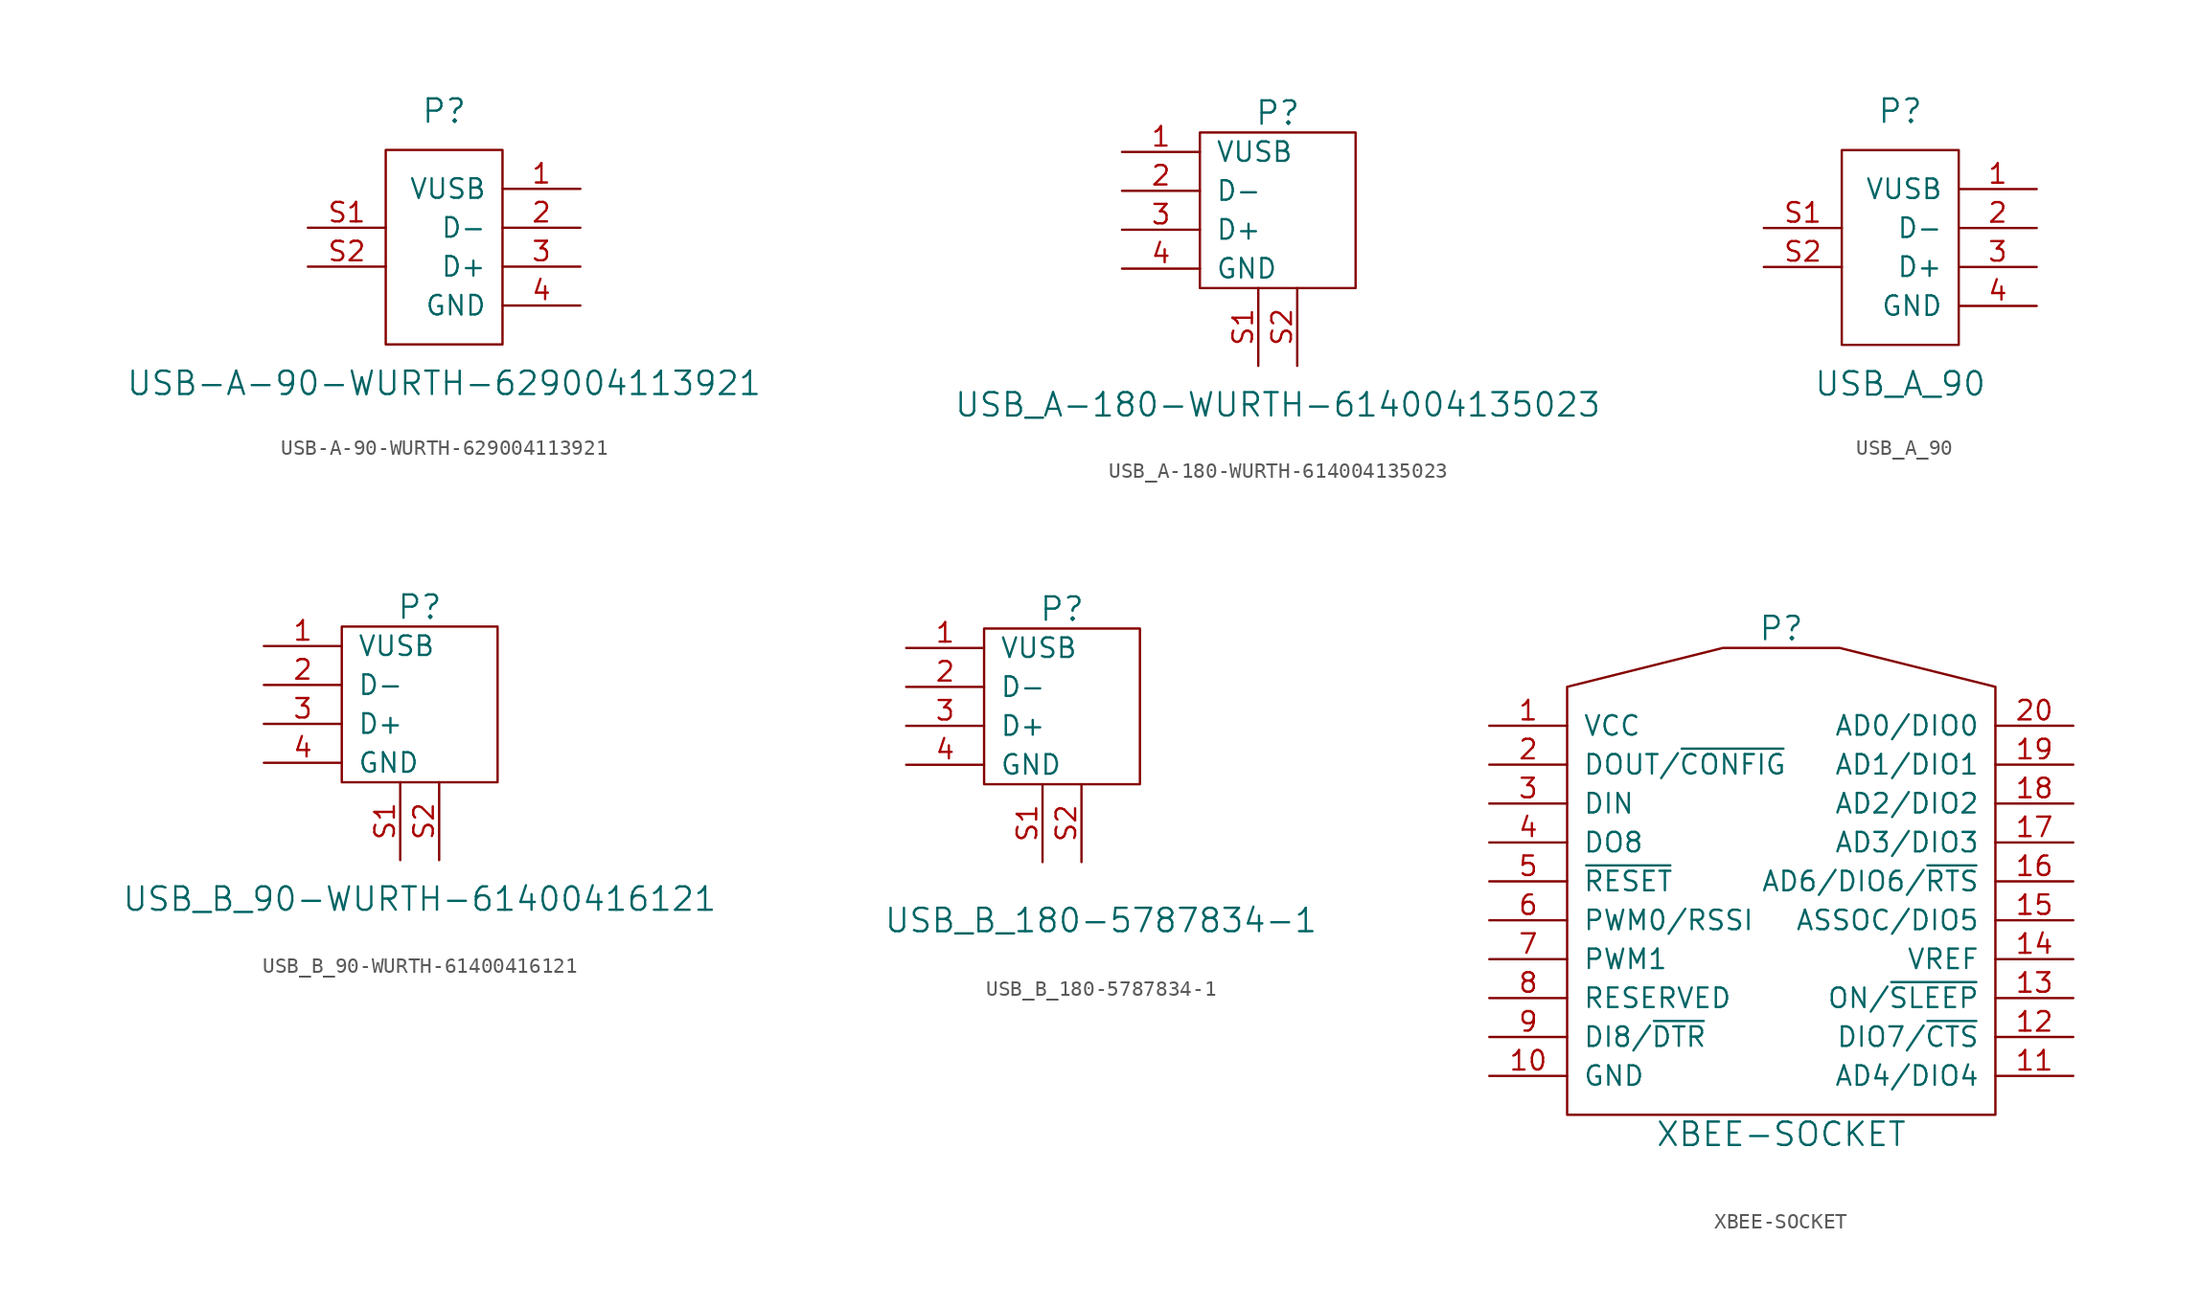
<source format=kicad_sym>
(kicad_symbol_lib
  (version 20201005)
  (generator kicad_symbol_editor)
  (symbol "USB-A-90-WURTH-629004113921"
    (pin_names
      (offset 1.016))
    (property "Reference" "P"
      (at 0 8.89 0)
      (effects (font (size 1.524 1.524))))
    (property "Value" "USB-A-90-WURTH-629004113921"
      (at 0 -8.89 0)
      (effects (font (size 1.524 1.524))))
    (property "Datasheet" ""
      (at 9.525 0 0)
      (effects (font (size 1.524 1.524))))
    (symbol "USB-A-90-WURTH-629004113921_0_1"
      (rectangle (start 3.81 6.35) (end -3.81 -6.35) (stroke (width 0)) (fill (type none))))
    (symbol "USB-A-90-WURTH-629004113921_1_1"
      (pin power_in line (at 8.89 3.81 180) (length 5.08) (name "VUSB" (effects (font (size 1.27 1.27)))) (number "1" (effects (font (size 1.27 1.27)))))
      (pin bidirectional line (at 8.89 1.27 180) (length 5.08) (name "D-" (effects (font (size 1.27 1.27)))) (number "2" (effects (font (size 1.27 1.27)))))
      (pin bidirectional line (at 8.89 -1.27 180) (length 5.08) (name "D+" (effects (font (size 1.27 1.27)))) (number "3" (effects (font (size 1.27 1.27)))))
      (pin power_in line (at 8.89 -3.81 180) (length 5.08) (name "GND" (effects (font (size 1.27 1.27)))) (number "4" (effects (font (size 1.27 1.27)))))
      (pin passive line (at -8.89 1.27 0) (length 5.08) (name "~" (effects (font (size 1.27 1.27)))) (number "S1" (effects (font (size 1.27 1.27)))))
      (pin passive line (at -8.89 -1.27 0) (length 5.08) (name "~" (effects (font (size 1.27 1.27)))) (number "S2" (effects (font (size 1.27 1.27)))))))
  (symbol "USB_A-180-WURTH-614004135023"
    (pin_names
      (offset 1.016))
    (property "Reference" "P"
      (at 0 6.35 0)
      (effects (font (size 1.524 1.524))))
    (property "Value" "USB_A-180-WURTH-614004135023"
      (at 0 -12.7 0)
      (effects (font (size 1.524 1.524))))
    (property "Datasheet" ""
      (at 9.525 0 0)
      (effects (font (size 1.524 1.524))))
    (symbol "USB_A-180-WURTH-614004135023_0_1"
      (rectangle (start -5.08 5.08) (end 5.08 -5.08) (stroke (width 0)) (fill (type none))))
    (symbol "USB_A-180-WURTH-614004135023_1_1"
      (pin power_in line (at -10.16 3.81 0) (length 5.08) (name "VUSB" (effects (font (size 1.27 1.27)))) (number "1" (effects (font (size 1.27 1.27)))))
      (pin bidirectional line (at -10.16 1.27 0) (length 5.08) (name "D-" (effects (font (size 1.27 1.27)))) (number "2" (effects (font (size 1.27 1.27)))))
      (pin bidirectional line (at -10.16 -1.27 0) (length 5.08) (name "D+" (effects (font (size 1.27 1.27)))) (number "3" (effects (font (size 1.27 1.27)))))
      (pin power_in line (at -10.16 -3.81 0) (length 5.08) (name "GND" (effects (font (size 1.27 1.27)))) (number "4" (effects (font (size 1.27 1.27)))))
      (pin passive line (at -1.27 -10.16 90) (length 5.08) (name "~" (effects (font (size 1.27 1.27)))) (number "S1" (effects (font (size 1.27 1.27)))))
      (pin passive line (at 1.27 -10.16 90) (length 5.08) (name "~" (effects (font (size 1.27 1.27)))) (number "S2" (effects (font (size 1.27 1.27)))))))
  (symbol "USB_A_90"
    (pin_names
      (offset 1.016))
    (property "Reference" "P"
      (at 0 8.89 0)
      (effects (font (size 1.524 1.524))))
    (property "Value" "USB_A_90"
      (at 0 -8.89 0)
      (effects (font (size 1.524 1.524))))
    (property "Footprint" ""
      (at 9.525 0 0)
      (effects (font (size 1.524 1.524))))
    (property "Datasheet" ""
      (at 9.525 0 0)
      (effects (font (size 1.524 1.524))))
    (symbol "USB_A_90_0_1"
      (rectangle (start 3.81 6.35) (end -3.81 -6.35) (stroke (width 0)) (fill (type none))))
    (symbol "USB_A_90_1_1"
      (pin power_in line (at 8.89 3.81 180) (length 5.08) (name "VUSB" (effects (font (size 1.27 1.27)))) (number "1" (effects (font (size 1.27 1.27)))))
      (pin bidirectional line (at 8.89 1.27 180) (length 5.08) (name "D-" (effects (font (size 1.27 1.27)))) (number "2" (effects (font (size 1.27 1.27)))))
      (pin bidirectional line (at 8.89 -1.27 180) (length 5.08) (name "D+" (effects (font (size 1.27 1.27)))) (number "3" (effects (font (size 1.27 1.27)))))
      (pin power_in line (at 8.89 -3.81 180) (length 5.08) (name "GND" (effects (font (size 1.27 1.27)))) (number "4" (effects (font (size 1.27 1.27)))))
      (pin passive line (at -8.89 1.27 0) (length 5.08) (name "~" (effects (font (size 1.27 1.27)))) (number "S1" (effects (font (size 1.27 1.27)))))
      (pin passive line (at -8.89 -1.27 0) (length 5.08) (name "~" (effects (font (size 1.27 1.27)))) (number "S2" (effects (font (size 1.27 1.27)))))))
  (symbol "USB_B_90-WURTH-61400416121"
    (pin_names
      (offset 1.016))
    (property "Reference" "P"
      (at 0 6.35 0)
      (effects (font (size 1.524 1.524))))
    (property "Value" "USB_B_90-WURTH-61400416121"
      (at 0 -12.7 0)
      (effects (font (size 1.524 1.524))))
    (property "Footprint" ""
      (at 9.525 0 0)
      (effects (font (size 1.524 1.524))))
    (property "Datasheet" ""
      (at 9.525 0 0)
      (effects (font (size 1.524 1.524))))
    (symbol "USB_B_90-WURTH-61400416121_0_1"
      (rectangle (start -5.08 5.08) (end 5.08 -5.08) (stroke (width 0)) (fill (type none))))
    (symbol "USB_B_90-WURTH-61400416121_1_1"
      (pin power_in line (at -10.16 3.81 0) (length 5.08) (name "VUSB" (effects (font (size 1.27 1.27)))) (number "1" (effects (font (size 1.27 1.27)))))
      (pin bidirectional line (at -10.16 1.27 0) (length 5.08) (name "D-" (effects (font (size 1.27 1.27)))) (number "2" (effects (font (size 1.27 1.27)))))
      (pin bidirectional line (at -10.16 -1.27 0) (length 5.08) (name "D+" (effects (font (size 1.27 1.27)))) (number "3" (effects (font (size 1.27 1.27)))))
      (pin power_in line (at -10.16 -3.81 0) (length 5.08) (name "GND" (effects (font (size 1.27 1.27)))) (number "4" (effects (font (size 1.27 1.27)))))
      (pin passive line (at -1.27 -10.16 90) (length 5.08) (name "~" (effects (font (size 1.27 1.27)))) (number "S1" (effects (font (size 1.27 1.27)))))
      (pin passive line (at 1.27 -10.16 90) (length 5.08) (name "~" (effects (font (size 1.27 1.27)))) (number "S2" (effects (font (size 1.27 1.27)))))))
  (symbol "USB_B_180-5787834-1"
    (pin_names
      (offset 1.016))
    (property "Reference" "P"
      (at 0 6.35 0)
      (effects (font (size 1.524 1.524))))
    (property "Value" "USB_B_180-5787834-1"
      (at 2.54 -13.97 0)
      (effects (font (size 1.524 1.524))))
    (property "Footprint" ""
      (at 9.525 0 0)
      (effects (font (size 1.524 1.524))))
    (property "Datasheet" ""
      (at 9.525 0 0)
      (effects (font (size 1.524 1.524))))
    (symbol "USB_B_180-5787834-1_0_1"
      (rectangle (start -5.08 5.08) (end 5.08 -5.08) (stroke (width 0)) (fill (type none))))
    (symbol "USB_B_180-5787834-1_1_1"
      (pin power_in line (at -10.16 3.81 0) (length 5.08) (name "VUSB" (effects (font (size 1.27 1.27)))) (number "1" (effects (font (size 1.27 1.27)))))
      (pin bidirectional line (at -10.16 1.27 0) (length 5.08) (name "D-" (effects (font (size 1.27 1.27)))) (number "2" (effects (font (size 1.27 1.27)))))
      (pin bidirectional line (at -10.16 -1.27 0) (length 5.08) (name "D+" (effects (font (size 1.27 1.27)))) (number "3" (effects (font (size 1.27 1.27)))))
      (pin power_in line (at -10.16 -3.81 0) (length 5.08) (name "GND" (effects (font (size 1.27 1.27)))) (number "4" (effects (font (size 1.27 1.27)))))
      (pin passive line (at -1.27 -10.16 90) (length 5.08) (name "~" (effects (font (size 1.27 1.27)))) (number "S1" (effects (font (size 1.27 1.27)))))
      (pin passive line (at 1.27 -10.16 90) (length 5.08) (name "~" (effects (font (size 1.27 1.27)))) (number "S2" (effects (font (size 1.27 1.27)))))))
  (symbol "XBEE-SOCKET"
    (pin_names
      (offset 1.016))
    (property "Reference" "P"
      (at 0 17.78 0)
      (effects (font (size 1.524 1.524))))
    (property "Value" "XBEE-SOCKET"
      (at 0 -15.24 0)
      (effects (font (size 1.524 1.524))))
    (property "Footprint" ""
      (at 0 0 0)
      (effects (font (size 1.524 1.524))))
    (property "Datasheet" ""
      (at 0 0 0)
      (effects (font (size 1.524 1.524))))
    (symbol "XBEE-SOCKET_0_1"
      (polyline (pts (xy -13.97 13.97) (xy -13.97 -13.97) (xy 13.97 -13.97) (xy 13.97 13.97) (xy 3.81 16.51) (xy -3.81 16.51) (xy -13.97 13.97)) (stroke (width 0)) (fill (type none))))
    (symbol "XBEE-SOCKET_1_1"
      (pin power_in line (at -19.05 11.43 0) (length 5.08) (name "VCC" (effects (font (size 1.27 1.27)))) (number "1" (effects (font (size 1.27 1.27)))))
      (pin power_in line (at -19.05 -11.43 0) (length 5.08) (name "GND" (effects (font (size 1.27 1.27)))) (number "10" (effects (font (size 1.27 1.27)))))
      (pin bidirectional line (at 19.05 -11.43 180) (length 5.08) (name "AD4/DIO4" (effects (font (size 1.27 1.27)))) (number "11" (effects (font (size 1.27 1.27)))))
      (pin bidirectional line (at 19.05 -8.89 180) (length 5.08) (name "DIO7/~CTS" (effects (font (size 1.27 1.27)))) (number "12" (effects (font (size 1.27 1.27)))))
      (pin output line (at 19.05 -6.35 180) (length 5.08) (name "ON/~SLEEP" (effects (font (size 1.27 1.27)))) (number "13" (effects (font (size 1.27 1.27)))))
      (pin input line (at 19.05 -3.81 180) (length 5.08) (name "VREF" (effects (font (size 1.27 1.27)))) (number "14" (effects (font (size 1.27 1.27)))))
      (pin bidirectional line (at 19.05 -1.27 180) (length 5.08) (name "ASSOC/DIO5" (effects (font (size 1.27 1.27)))) (number "15" (effects (font (size 1.27 1.27)))))
      (pin bidirectional line (at 19.05 1.27 180) (length 5.08) (name "AD6/DIO6/~RTS" (effects (font (size 1.27 1.27)))) (number "16" (effects (font (size 1.27 1.27)))))
      (pin bidirectional line (at 19.05 3.81 180) (length 5.08) (name "AD3/DIO3" (effects (font (size 1.27 1.27)))) (number "17" (effects (font (size 1.27 1.27)))))
      (pin bidirectional line (at 19.05 6.35 180) (length 5.08) (name "AD2/DIO2" (effects (font (size 1.27 1.27)))) (number "18" (effects (font (size 1.27 1.27)))))
      (pin bidirectional line (at 19.05 8.89 180) (length 5.08) (name "AD1/DIO1" (effects (font (size 1.27 1.27)))) (number "19" (effects (font (size 1.27 1.27)))))
      (pin output line (at -19.05 8.89 0) (length 5.08) (name "DOUT/~CONFIG" (effects (font (size 1.27 1.27)))) (number "2" (effects (font (size 1.27 1.27)))))
      (pin bidirectional line (at 19.05 11.43 180) (length 5.08) (name "AD0/DIO0" (effects (font (size 1.27 1.27)))) (number "20" (effects (font (size 1.27 1.27)))))
      (pin input line (at -19.05 6.35 0) (length 5.08) (name "DIN" (effects (font (size 1.27 1.27)))) (number "3" (effects (font (size 1.27 1.27)))))
      (pin bidirectional line (at -19.05 3.81 0) (length 5.08) (name "DO8" (effects (font (size 1.27 1.27)))) (number "4" (effects (font (size 1.27 1.27)))))
      (pin input line (at -19.05 1.27 0) (length 5.08) (name "~RESET" (effects (font (size 1.27 1.27)))) (number "5" (effects (font (size 1.27 1.27)))))
      (pin output line (at -19.05 -1.27 0) (length 5.08) (name "PWM0/RSSI" (effects (font (size 1.27 1.27)))) (number "6" (effects (font (size 1.27 1.27)))))
      (pin output line (at -19.05 -3.81 0) (length 5.08) (name "PWM1" (effects (font (size 1.27 1.27)))) (number "7" (effects (font (size 1.27 1.27)))))
      (pin unspecified line (at -19.05 -6.35 0) (length 5.08) (name "RESERVED" (effects (font (size 1.27 1.27)))) (number "8" (effects (font (size 1.27 1.27)))))
      (pin input line (at -19.05 -8.89 0) (length 5.08) (name "DI8/~DTR" (effects (font (size 1.27 1.27)))) (number "9" (effects (font (size 1.27 1.27))))))))
</source>
